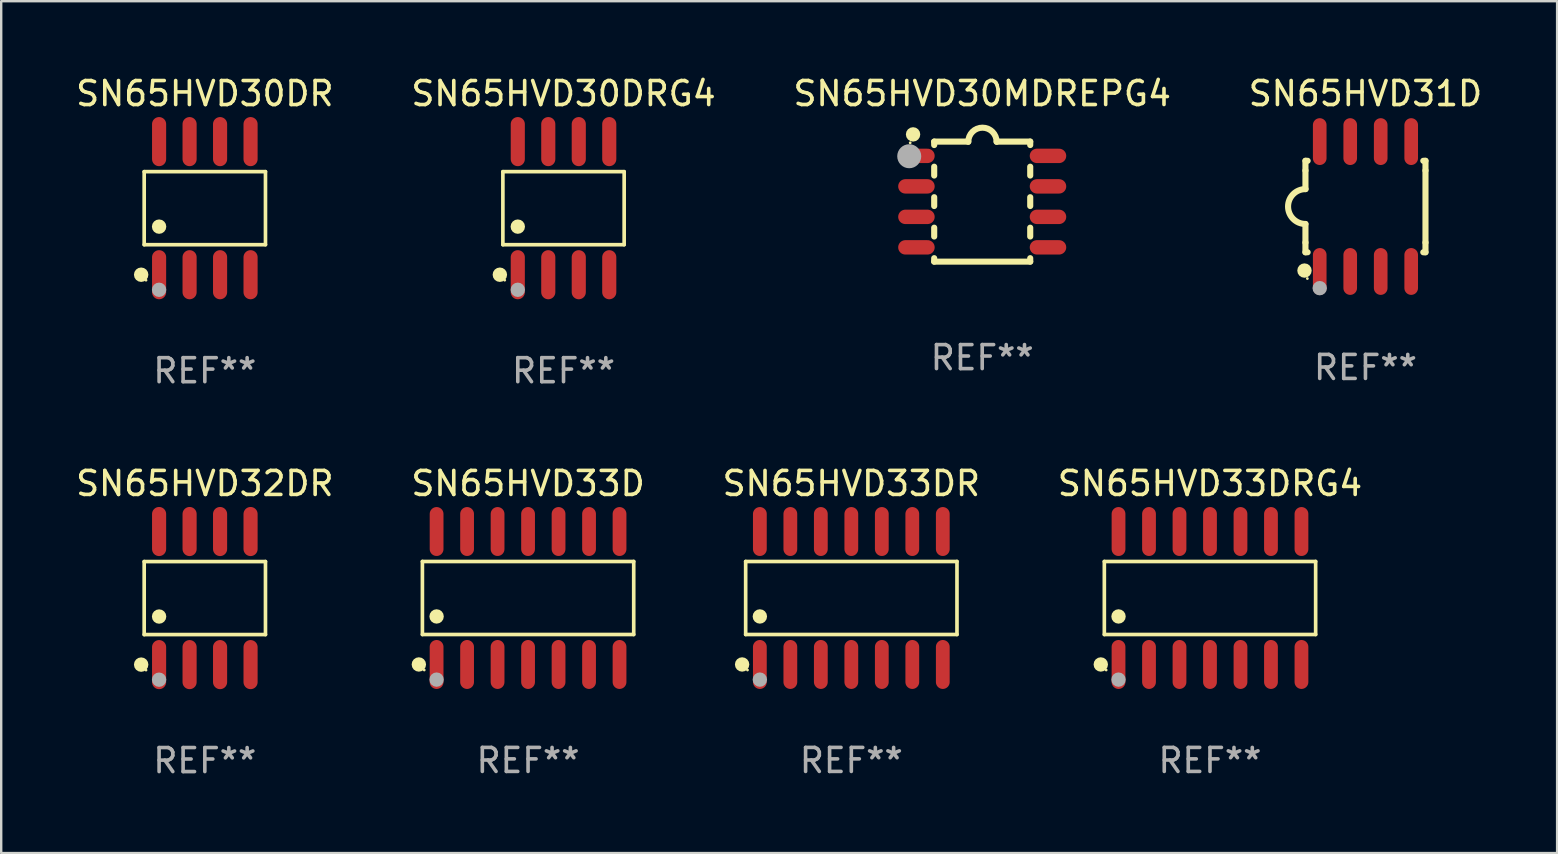
<source format=kicad_pcb>
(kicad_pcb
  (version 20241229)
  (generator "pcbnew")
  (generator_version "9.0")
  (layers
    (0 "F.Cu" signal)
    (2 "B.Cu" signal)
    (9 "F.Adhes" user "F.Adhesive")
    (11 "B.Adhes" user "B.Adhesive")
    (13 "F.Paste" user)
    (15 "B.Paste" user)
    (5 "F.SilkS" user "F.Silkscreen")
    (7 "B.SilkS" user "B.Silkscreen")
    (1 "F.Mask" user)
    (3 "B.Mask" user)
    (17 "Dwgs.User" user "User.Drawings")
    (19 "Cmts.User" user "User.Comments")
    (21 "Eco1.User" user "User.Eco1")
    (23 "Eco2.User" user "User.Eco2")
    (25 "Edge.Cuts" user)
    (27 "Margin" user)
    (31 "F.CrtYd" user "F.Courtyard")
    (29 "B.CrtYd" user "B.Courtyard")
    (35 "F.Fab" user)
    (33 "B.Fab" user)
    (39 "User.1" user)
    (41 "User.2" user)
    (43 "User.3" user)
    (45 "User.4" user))
  (footprint "SN65HVD33DRG4"
    (layer "F.Cu")
    (at 47.351 21.859)
    (property "Reference" "SN65HVD33DRG4" (at 0 -4.769 0) (layer "F.SilkS") (effects (font (size 1 1) (thickness 0.15))))
    (attr through_hole)
    (fp_line (start -4.401 -1.521) (end 4.401 -1.521) (stroke (width 0.152) (type solid)) (layer "F.SilkS"))
    (fp_line (start -4.401 1.521) (end -4.401 -1.521) (stroke (width 0.152) (type solid)) (layer "F.SilkS"))
    (fp_line (start 4.401 -1.521) (end 4.401 1.521) (stroke (width 0.152) (type solid)) (layer "F.SilkS"))
    (fp_line (start 4.401 1.521) (end -4.401 1.521) (stroke (width 0.152) (type solid)) (layer "F.SilkS"))
    (fp_circle (center -4.549 2.769) (end -4.399 2.769) (stroke (width 0.3) (type solid)) (fill no) (layer "F.SilkS"))
    (fp_circle (center -4.325 3) (end -4.295 3) (stroke (width 0.06) (type solid)) (fill no) (layer "F.SilkS"))
    (fp_circle (center -3.81 0.769) (end -3.66 0.769) (stroke (width 0.3) (type solid)) (fill no) (layer "F.SilkS"))
    (fp_circle (center -3.81 3.4) (end -3.66 3.4) (stroke (width 0.3) (type solid)) (fill no) (layer "F.Fab"))
    (fp_text user "REF**" (at 0 6.769 0) (layer "F.Fab") (effects (font (size 1 1) (thickness 0.15))))
    (pad "1" smd oval (at -3.81 2.769) (size 0.574 2.038) (layers "F.Cu" "F.Mask" "F.Paste"))
    (pad "2" smd oval (at -2.54 2.769) (size 0.574 2.038) (layers "F.Cu" "F.Mask" "F.Paste"))
    (pad "3" smd oval (at -1.27 2.769) (size 0.574 2.038) (layers "F.Cu" "F.Mask" "F.Paste"))
    (pad "4" smd oval (at 0 2.769) (size 0.574 2.038) (layers "F.Cu" "F.Mask" "F.Paste"))
    (pad "5" smd oval (at 1.27 2.769) (size 0.574 2.038) (layers "F.Cu" "F.Mask" "F.Paste"))
    (pad "6" smd oval (at 2.54 2.769) (size 0.574 2.038) (layers "F.Cu" "F.Mask" "F.Paste"))
    (pad "7" smd oval (at 3.81 2.769) (size 0.574 2.038) (layers "F.Cu" "F.Mask" "F.Paste"))
    (pad "8" smd oval (at 3.81 -2.769) (size 0.574 2.038) (layers "F.Cu" "F.Mask" "F.Paste"))
    (pad "9" smd oval (at 2.54 -2.769) (size 0.574 2.038) (layers "F.Cu" "F.Mask" "F.Paste"))
    (pad "10" smd oval (at 1.27 -2.769) (size 0.574 2.038) (layers "F.Cu" "F.Mask" "F.Paste"))
    (pad "11" smd oval (at 0 -2.769) (size 0.574 2.038) (layers "F.Cu" "F.Mask" "F.Paste"))
    (pad "12" smd oval (at -1.27 -2.769) (size 0.574 2.038) (layers "F.Cu" "F.Mask" "F.Paste"))
    (pad "13" smd oval (at -2.54 -2.769) (size 0.574 2.038) (layers "F.Cu" "F.Mask" "F.Paste"))
    (pad "14" smd oval (at -3.81 -2.769) (size 0.574 2.038) (layers "F.Cu" "F.Mask" "F.Paste")))
  (footprint "SN65HVD33D"
    (layer "F.Cu")
    (at 18.946 21.859)
    (property "Reference" "SN65HVD33D" (at 0 -4.769 0) (layer "F.SilkS") (effects (font (size 1 1) (thickness 0.15))))
    (attr through_hole)
    (fp_line (start -4.401 -1.521) (end 4.401 -1.521) (stroke (width 0.152) (type solid)) (layer "F.SilkS"))
    (fp_line (start -4.401 1.521) (end -4.401 -1.521) (stroke (width 0.152) (type solid)) (layer "F.SilkS"))
    (fp_line (start 4.401 -1.521) (end 4.401 1.521) (stroke (width 0.152) (type solid)) (layer "F.SilkS"))
    (fp_line (start 4.401 1.521) (end -4.401 1.521) (stroke (width 0.152) (type solid)) (layer "F.SilkS"))
    (fp_circle (center -4.549 2.769) (end -4.399 2.769) (stroke (width 0.3) (type solid)) (fill no) (layer "F.SilkS"))
    (fp_circle (center -4.325 3) (end -4.295 3) (stroke (width 0.06) (type solid)) (fill no) (layer "F.SilkS"))
    (fp_circle (center -3.81 0.769) (end -3.66 0.769) (stroke (width 0.3) (type solid)) (fill no) (layer "F.SilkS"))
    (fp_circle (center -3.81 3.4) (end -3.66 3.4) (stroke (width 0.3) (type solid)) (fill no) (layer "F.Fab"))
    (fp_text user "REF**" (at 0 6.769 0) (layer "F.Fab") (effects (font (size 1 1) (thickness 0.15))))
    (pad "1" smd oval (at -3.81 2.769) (size 0.574 2.038) (layers "F.Cu" "F.Mask" "F.Paste"))
    (pad "2" smd oval (at -2.54 2.769) (size 0.574 2.038) (layers "F.Cu" "F.Mask" "F.Paste"))
    (pad "3" smd oval (at -1.27 2.769) (size 0.574 2.038) (layers "F.Cu" "F.Mask" "F.Paste"))
    (pad "4" smd oval (at 0 2.769) (size 0.574 2.038) (layers "F.Cu" "F.Mask" "F.Paste"))
    (pad "5" smd oval (at 1.27 2.769) (size 0.574 2.038) (layers "F.Cu" "F.Mask" "F.Paste"))
    (pad "6" smd oval (at 2.54 2.769) (size 0.574 2.038) (layers "F.Cu" "F.Mask" "F.Paste"))
    (pad "7" smd oval (at 3.81 2.769) (size 0.574 2.038) (layers "F.Cu" "F.Mask" "F.Paste"))
    (pad "8" smd oval (at 3.81 -2.769) (size 0.574 2.038) (layers "F.Cu" "F.Mask" "F.Paste"))
    (pad "9" smd oval (at 2.54 -2.769) (size 0.574 2.038) (layers "F.Cu" "F.Mask" "F.Paste"))
    (pad "10" smd oval (at 1.27 -2.769) (size 0.574 2.038) (layers "F.Cu" "F.Mask" "F.Paste"))
    (pad "11" smd oval (at 0 -2.769) (size 0.574 2.038) (layers "F.Cu" "F.Mask" "F.Paste"))
    (pad "12" smd oval (at -1.27 -2.769) (size 0.574 2.038) (layers "F.Cu" "F.Mask" "F.Paste"))
    (pad "13" smd oval (at -2.54 -2.769) (size 0.574 2.038) (layers "F.Cu" "F.Mask" "F.Paste"))
    (pad "14" smd oval (at -3.81 -2.769) (size 0.574 2.038) (layers "F.Cu" "F.Mask" "F.Paste")))
  (footprint "SN65HVD30DR"
    (layer "F.Cu")
    (at 5.482 5.621)
    (property "Reference" "SN65HVD30DR" (at 0 -4.772 0) (layer "F.SilkS") (effects (font (size 1 1) (thickness 0.15))))
    (attr through_hole)
    (fp_line (start -2.526 -1.521) (end 2.526 -1.521) (stroke (width 0.152) (type solid)) (layer "F.SilkS"))
    (fp_line (start -2.526 1.521) (end -2.526 -1.521) (stroke (width 0.152) (type solid)) (layer "F.SilkS"))
    (fp_line (start 2.526 -1.521) (end 2.526 1.521) (stroke (width 0.152) (type solid)) (layer "F.SilkS"))
    (fp_line (start 2.526 1.521) (end -2.526 1.521) (stroke (width 0.152) (type solid)) (layer "F.SilkS"))
    (fp_circle (center -2.652 2.772) (end -2.501 2.772) (stroke (width 0.3) (type solid)) (fill no) (layer "F.SilkS"))
    (fp_circle (center -2.45 3) (end -2.42 3) (stroke (width 0.06) (type solid)) (fill no) (layer "F.SilkS"))
    (fp_circle (center -1.905 0.769) (end -1.755 0.769) (stroke (width 0.3) (type solid)) (fill no) (layer "F.SilkS"))
    (fp_circle (center -1.905 3.4) (end -1.755 3.4) (stroke (width 0.3) (type solid)) (fill no) (layer "F.Fab"))
    (fp_text user "REF**" (at 0 6.772 0) (layer "F.Fab") (effects (font (size 1 1) (thickness 0.15))))
    (pad "1" smd oval (at -1.905 2.772) (size 0.588 2.045) (layers "F.Cu" "F.Mask" "F.Paste"))
    (pad "2" smd oval (at -0.635 2.772) (size 0.588 2.045) (layers "F.Cu" "F.Mask" "F.Paste"))
    (pad "3" smd oval (at 0.635 2.772) (size 0.588 2.045) (layers "F.Cu" "F.Mask" "F.Paste"))
    (pad "4" smd oval (at 1.905 2.772) (size 0.588 2.045) (layers "F.Cu" "F.Mask" "F.Paste"))
    (pad "5" smd oval (at 1.905 -2.772) (size 0.588 2.045) (layers "F.Cu" "F.Mask" "F.Paste"))
    (pad "6" smd oval (at 0.635 -2.772) (size 0.588 2.045) (layers "F.Cu" "F.Mask" "F.Paste"))
    (pad "7" smd oval (at -0.635 -2.772) (size 0.588 2.045) (layers "F.Cu" "F.Mask" "F.Paste"))
    (pad "8" smd oval (at -1.905 -2.772) (size 0.588 2.045) (layers "F.Cu" "F.Mask" "F.Paste")))
  (footprint "SN65HVD32DR"
    (layer "F.Cu")
    (at 5.482 21.862)
    (property "Reference" "SN65HVD32DR" (at 0 -4.772 0) (layer "F.SilkS") (effects (font (size 1 1) (thickness 0.15))))
    (attr through_hole)
    (fp_line (start -2.526 -1.521) (end 2.526 -1.521) (stroke (width 0.152) (type solid)) (layer "F.SilkS"))
    (fp_line (start -2.526 1.521) (end -2.526 -1.521) (stroke (width 0.152) (type solid)) (layer "F.SilkS"))
    (fp_line (start 2.526 -1.521) (end 2.526 1.521) (stroke (width 0.152) (type solid)) (layer "F.SilkS"))
    (fp_line (start 2.526 1.521) (end -2.526 1.521) (stroke (width 0.152) (type solid)) (layer "F.SilkS"))
    (fp_circle (center -2.652 2.772) (end -2.501 2.772) (stroke (width 0.3) (type solid)) (fill no) (layer "F.SilkS"))
    (fp_circle (center -2.45 3) (end -2.42 3) (stroke (width 0.06) (type solid)) (fill no) (layer "F.SilkS"))
    (fp_circle (center -1.905 0.769) (end -1.755 0.769) (stroke (width 0.3) (type solid)) (fill no) (layer "F.SilkS"))
    (fp_circle (center -1.905 3.4) (end -1.755 3.4) (stroke (width 0.3) (type solid)) (fill no) (layer "F.Fab"))
    (fp_text user "REF**" (at 0 6.772 0) (layer "F.Fab") (effects (font (size 1 1) (thickness 0.15))))
    (pad "1" smd oval (at -1.905 2.772) (size 0.588 2.045) (layers "F.Cu" "F.Mask" "F.Paste"))
    (pad "2" smd oval (at -0.635 2.772) (size 0.588 2.045) (layers "F.Cu" "F.Mask" "F.Paste"))
    (pad "3" smd oval (at 0.635 2.772) (size 0.588 2.045) (layers "F.Cu" "F.Mask" "F.Paste"))
    (pad "4" smd oval (at 1.905 2.772) (size 0.588 2.045) (layers "F.Cu" "F.Mask" "F.Paste"))
    (pad "5" smd oval (at 1.905 -2.772) (size 0.588 2.045) (layers "F.Cu" "F.Mask" "F.Paste"))
    (pad "6" smd oval (at 0.635 -2.772) (size 0.588 2.045) (layers "F.Cu" "F.Mask" "F.Paste"))
    (pad "7" smd oval (at -0.635 -2.772) (size 0.588 2.045) (layers "F.Cu" "F.Mask" "F.Paste"))
    (pad "8" smd oval (at -1.905 -2.772) (size 0.588 2.045) (layers "F.Cu" "F.Mask" "F.Paste")))
  (footprint "SN65HVD30MDREPG4"
    (layer "F.Cu")
    (at 37.863 5.348)
    (property "Reference" "SN65HVD30MDREPG4" (at 0 -4.5 0) (layer "F.SilkS") (effects (font (size 1 1) (thickness 0.15))))
    (attr through_hole)
    (fp_line (start -2 -2.5) (end -2 -2.356) (stroke (width 0.254) (type solid)) (layer "F.SilkS"))
    (fp_line (start -2 -1.454) (end -2 -1.086) (stroke (width 0.254) (type solid)) (layer "F.SilkS"))
    (fp_line (start -2 -0.184) (end -2 0.184) (stroke (width 0.254) (type solid)) (layer "F.SilkS"))
    (fp_line (start -2 1.086) (end -2 1.454) (stroke (width 0.254) (type solid)) (layer "F.SilkS"))
    (fp_line (start -2 2.356) (end -2 2.5) (stroke (width 0.254) (type solid)) (layer "F.SilkS"))
    (fp_line (start -0.58 -2.5) (end -2 -2.5) (stroke (width 0.254) (type solid)) (layer "F.SilkS"))
    (fp_line (start 2 -2.5) (end 0.6 -2.5) (stroke (width 0.254) (type solid)) (layer "F.SilkS"))
    (fp_line (start 2 -2.5) (end 2 -2.356) (stroke (width 0.254) (type solid)) (layer "F.SilkS"))
    (fp_line (start 2 -1.454) (end 2 -1.086) (stroke (width 0.254) (type solid)) (layer "F.SilkS"))
    (fp_line (start 2 -0.184) (end 2 0.184) (stroke (width 0.254) (type solid)) (layer "F.SilkS"))
    (fp_line (start 2 1.086) (end 2 1.454) (stroke (width 0.254) (type solid)) (layer "F.SilkS"))
    (fp_line (start 2 2.356) (end 2 2.5) (stroke (width 0.254) (type solid)) (layer "F.SilkS"))
    (fp_line (start 2 2.5) (end -2 2.5) (stroke (width 0.254) (type solid)) (layer "F.SilkS"))
    (fp_arc (start -0.579908 -2.489992) (mid 0.010097 -3.07831) (end 0.600102 -2.489992) (stroke (width 0.254001) (type solid)) (layer "F.SilkS"))
    (fp_circle (center -3 -2.45) (end -2.97 -2.45) (stroke (width 0.06) (type solid)) (fill no) (layer "F.SilkS"))
    (fp_circle (center -2.88 -2.8) (end -2.73 -2.8) (stroke (width 0.3) (type solid)) (fill no) (layer "F.SilkS"))
    (fp_circle (center -3.04 -1.89) (end -2.79 -1.89) (stroke (width 0.5) (type solid)) (fill no) (layer "F.Fab"))
    (fp_text user "REF**" (at 0 6.5 0) (layer "F.Fab") (effects (font (size 1 1) (thickness 0.15))))
    (pad "1" smd oval (at -2.74 -1.905 90) (size 0.6 1.52) (layers "F.Cu" "F.Mask" "F.Paste"))
    (pad "2" smd oval (at -2.74 -0.635 90) (size 0.6 1.52) (layers "F.Cu" "F.Mask" "F.Paste"))
    (pad "3" smd oval (at -2.74 0.635 90) (size 0.6 1.52) (layers "F.Cu" "F.Mask" "F.Paste"))
    (pad "4" smd oval (at -2.74 1.905 90) (size 0.6 1.52) (layers "F.Cu" "F.Mask" "F.Paste"))
    (pad "5" smd oval (at 2.74 1.905 90) (size 0.6 1.52) (layers "F.Cu" "F.Mask" "F.Paste"))
    (pad "6" smd oval (at 2.74 0.635 90) (size 0.6 1.52) (layers "F.Cu" "F.Mask" "F.Paste"))
    (pad "7" smd oval (at 2.74 -0.635 90) (size 0.6 1.52) (layers "F.Cu" "F.Mask" "F.Paste"))
    (pad "8" smd oval (at 2.74 -1.905 90) (size 0.6 1.52) (layers "F.Cu" "F.Mask" "F.Paste")))
  (footprint "SN65HVD30DRG4"
    (layer "F.Cu")
    (at 20.423 5.621)
    (property "Reference" "SN65HVD30DRG4" (at 0 -4.772 0) (layer "F.SilkS") (effects (font (size 1 1) (thickness 0.15))))
    (attr through_hole)
    (fp_line (start -2.526 -1.521) (end 2.526 -1.521) (stroke (width 0.152) (type solid)) (layer "F.SilkS"))
    (fp_line (start -2.526 1.521) (end -2.526 -1.521) (stroke (width 0.152) (type solid)) (layer "F.SilkS"))
    (fp_line (start 2.526 -1.521) (end 2.526 1.521) (stroke (width 0.152) (type solid)) (layer "F.SilkS"))
    (fp_line (start 2.526 1.521) (end -2.526 1.521) (stroke (width 0.152) (type solid)) (layer "F.SilkS"))
    (fp_circle (center -2.652 2.772) (end -2.501 2.772) (stroke (width 0.3) (type solid)) (fill no) (layer "F.SilkS"))
    (fp_circle (center -2.45 3) (end -2.42 3) (stroke (width 0.06) (type solid)) (fill no) (layer "F.SilkS"))
    (fp_circle (center -1.905 0.769) (end -1.755 0.769) (stroke (width 0.3) (type solid)) (fill no) (layer "F.SilkS"))
    (fp_circle (center -1.905 3.4) (end -1.755 3.4) (stroke (width 0.3) (type solid)) (fill no) (layer "F.Fab"))
    (fp_text user "REF**" (at 0 6.772 0) (layer "F.Fab") (effects (font (size 1 1) (thickness 0.15))))
    (pad "1" smd oval (at -1.905 2.772) (size 0.588 2.045) (layers "F.Cu" "F.Mask" "F.Paste"))
    (pad "2" smd oval (at -0.635 2.772) (size 0.588 2.045) (layers "F.Cu" "F.Mask" "F.Paste"))
    (pad "3" smd oval (at 0.635 2.772) (size 0.588 2.045) (layers "F.Cu" "F.Mask" "F.Paste"))
    (pad "4" smd oval (at 1.905 2.772) (size 0.588 2.045) (layers "F.Cu" "F.Mask" "F.Paste"))
    (pad "5" smd oval (at 1.905 -2.772) (size 0.588 2.045) (layers "F.Cu" "F.Mask" "F.Paste"))
    (pad "6" smd oval (at 0.635 -2.772) (size 0.588 2.045) (layers "F.Cu" "F.Mask" "F.Paste"))
    (pad "7" smd oval (at -0.635 -2.772) (size 0.588 2.045) (layers "F.Cu" "F.Mask" "F.Paste"))
    (pad "8" smd oval (at -1.905 -2.772) (size 0.588 2.045) (layers "F.Cu" "F.Mask" "F.Paste")))
  (footprint "SN65HVD33DR"
    (layer "F.Cu")
    (at 32.411 21.859)
    (property "Reference" "SN65HVD33DR" (at 0 -4.769 0) (layer "F.SilkS") (effects (font (size 1 1) (thickness 0.15))))
    (attr through_hole)
    (fp_line (start -4.401 -1.521) (end 4.401 -1.521) (stroke (width 0.152) (type solid)) (layer "F.SilkS"))
    (fp_line (start -4.401 1.521) (end -4.401 -1.521) (stroke (width 0.152) (type solid)) (layer "F.SilkS"))
    (fp_line (start 4.401 -1.521) (end 4.401 1.521) (stroke (width 0.152) (type solid)) (layer "F.SilkS"))
    (fp_line (start 4.401 1.521) (end -4.401 1.521) (stroke (width 0.152) (type solid)) (layer "F.SilkS"))
    (fp_circle (center -4.549 2.769) (end -4.399 2.769) (stroke (width 0.3) (type solid)) (fill no) (layer "F.SilkS"))
    (fp_circle (center -4.325 3) (end -4.295 3) (stroke (width 0.06) (type solid)) (fill no) (layer "F.SilkS"))
    (fp_circle (center -3.81 0.769) (end -3.66 0.769) (stroke (width 0.3) (type solid)) (fill no) (layer "F.SilkS"))
    (fp_circle (center -3.81 3.4) (end -3.66 3.4) (stroke (width 0.3) (type solid)) (fill no) (layer "F.Fab"))
    (fp_text user "REF**" (at 0 6.769 0) (layer "F.Fab") (effects (font (size 1 1) (thickness 0.15))))
    (pad "1" smd oval (at -3.81 2.769) (size 0.574 2.038) (layers "F.Cu" "F.Mask" "F.Paste"))
    (pad "2" smd oval (at -2.54 2.769) (size 0.574 2.038) (layers "F.Cu" "F.Mask" "F.Paste"))
    (pad "3" smd oval (at -1.27 2.769) (size 0.574 2.038) (layers "F.Cu" "F.Mask" "F.Paste"))
    (pad "4" smd oval (at 0 2.769) (size 0.574 2.038) (layers "F.Cu" "F.Mask" "F.Paste"))
    (pad "5" smd oval (at 1.27 2.769) (size 0.574 2.038) (layers "F.Cu" "F.Mask" "F.Paste"))
    (pad "6" smd oval (at 2.54 2.769) (size 0.574 2.038) (layers "F.Cu" "F.Mask" "F.Paste"))
    (pad "7" smd oval (at 3.81 2.769) (size 0.574 2.038) (layers "F.Cu" "F.Mask" "F.Paste"))
    (pad "8" smd oval (at 3.81 -2.769) (size 0.574 2.038) (layers "F.Cu" "F.Mask" "F.Paste"))
    (pad "9" smd oval (at 2.54 -2.769) (size 0.574 2.038) (layers "F.Cu" "F.Mask" "F.Paste"))
    (pad "10" smd oval (at 1.27 -2.769) (size 0.574 2.038) (layers "F.Cu" "F.Mask" "F.Paste"))
    (pad "11" smd oval (at 0 -2.769) (size 0.574 2.038) (layers "F.Cu" "F.Mask" "F.Paste"))
    (pad "12" smd oval (at -1.27 -2.769) (size 0.574 2.038) (layers "F.Cu" "F.Mask" "F.Paste"))
    (pad "13" smd oval (at -2.54 -2.769) (size 0.574 2.038) (layers "F.Cu" "F.Mask" "F.Paste"))
    (pad "14" smd oval (at -3.81 -2.769) (size 0.574 2.038) (layers "F.Cu" "F.Mask" "F.Paste")))
  (footprint "SN65HVD31D"
    (layer "F.Cu")
    (at 53.827 5.553)
    (property "Reference" "SN65HVD31D" (at 0 -4.705 0) (layer "F.SilkS") (effects (font (size 1 1) (thickness 0.15))))
    (attr through_hole)
    (fp_line (start -2.5 -1.905) (end -2.409 -1.905) (stroke (width 0.254) (type solid)) (layer "F.SilkS"))
    (fp_line (start -2.5 -1.5) (end -2.5 -1.905) (stroke (width 0.254) (type solid)) (layer "F.SilkS"))
    (fp_line (start -2.5 -1.5) (end -2.5 -0.726) (stroke (width 0.254) (type solid)) (layer "F.SilkS"))
    (fp_line (start -2.5 1.5) (end -2.5 0.727) (stroke (width 0.254) (type solid)) (layer "F.SilkS"))
    (fp_line (start -2.5 1.5) (end -2.5 1.905) (stroke (width 0.254) (type solid)) (layer "F.SilkS"))
    (fp_line (start -2.5 1.905) (end -2.409 1.905) (stroke (width 0.254) (type solid)) (layer "F.SilkS"))
    (fp_line (start 2.5 -1.905) (end 2.409 -1.905) (stroke (width 0.254) (type solid)) (layer "F.SilkS"))
    (fp_line (start 2.5 -1.5) (end 2.5 -1.905) (stroke (width 0.254) (type solid)) (layer "F.SilkS"))
    (fp_line (start 2.5 -1.5) (end 2.5 1.5) (stroke (width 0.254) (type solid)) (layer "F.SilkS"))
    (fp_line (start 2.5 1.5) (end 2.5 1.905) (stroke (width 0.254) (type solid)) (layer "F.SilkS"))
    (fp_line (start 2.5 1.905) (end 2.409 1.905) (stroke (width 0.254) (type solid)) (layer "F.SilkS"))
    (fp_arc (start -2.5 0.726568) (mid -3.220316 -0.0023) (end -2.495097 -0.726289) (stroke (width 0.254001) (type solid)) (layer "F.SilkS"))
    (fp_circle (center -2.54 2.667) (end -2.39 2.667) (stroke (width 0.3) (type solid)) (fill no) (layer "F.SilkS"))
    (fp_circle (center -2.42 3) (end -2.39 3) (stroke (width 0.06) (type solid)) (fill no) (layer "F.SilkS"))
    (fp_circle (center -1.905 3.4) (end -1.755 3.4) (stroke (width 0.3) (type solid)) (fill no) (layer "F.Fab"))
    (fp_text user "REF**" (at 0 6.705 0) (layer "F.Fab") (effects (font (size 1 1) (thickness 0.15))))
    (pad "1" smd oval (at -1.905 2.705) (size 0.568 1.95) (layers "F.Cu" "F.Mask" "F.Paste"))
    (pad "2" smd oval (at -0.635 2.705) (size 0.568 1.95) (layers "F.Cu" "F.Mask" "F.Paste"))
    (pad "3" smd oval (at 0.635 2.705) (size 0.568 1.95) (layers "F.Cu" "F.Mask" "F.Paste"))
    (pad "4" smd oval (at 1.905 2.705) (size 0.568 1.95) (layers "F.Cu" "F.Mask" "F.Paste"))
    (pad "5" smd oval (at 1.905 -2.705) (size 0.568 1.95) (layers "F.Cu" "F.Mask" "F.Paste"))
    (pad "6" smd oval (at 0.635 -2.705) (size 0.568 1.95) (layers "F.Cu" "F.Mask" "F.Paste"))
    (pad "7" smd oval (at -0.635 -2.705) (size 0.568 1.95) (layers "F.Cu" "F.Mask" "F.Paste"))
    (pad "8" smd oval (at -1.905 -2.705) (size 0.568 1.95) (layers "F.Cu" "F.Mask" "F.Paste")))
  (gr_rect
    (start -3 -3)
    (end 61.81 32.483)
    (stroke (width 0.1) (type default))
    (fill no)
    (layer "Edge.Cuts")))
</source>
